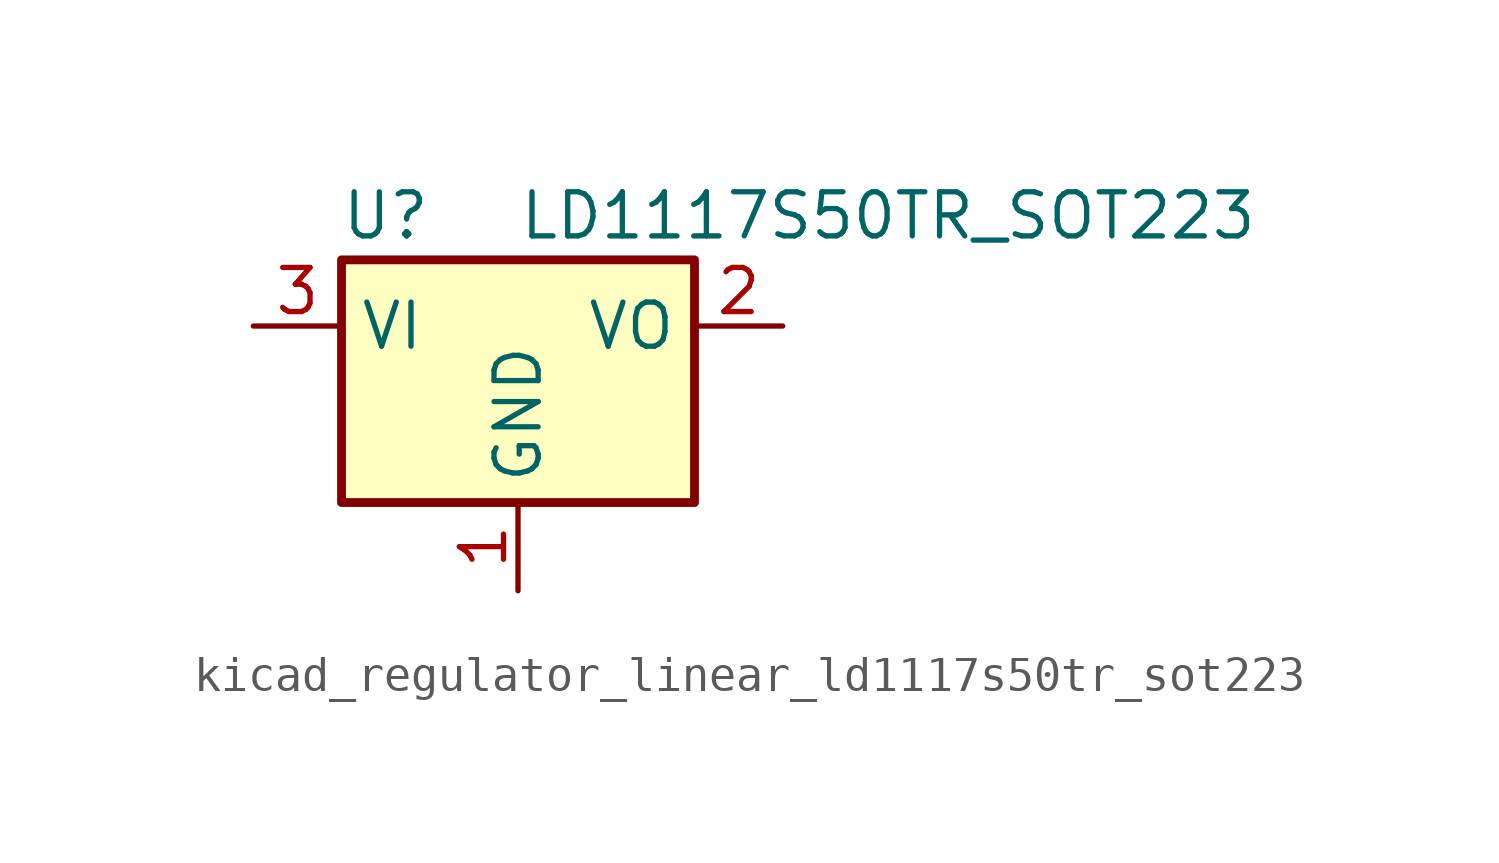
<source format=kicad_sym>
(kicad_symbol_lib
  (version 20220914)
  (generator kicad_symbol_editor)
  (symbol "kicad_regulator_linear_ld1117s50tr_sot223"
    (property "Reference" "U"
      (at -3.81 3.175 0)
      (effects (font (size 1.27 1.27))))
    (property "Value" "LD1117S50TR_SOT223"
      (at 0 3.175 0)
      (effects (font (size 1.27 1.27)) (justify left)))
    (symbol "kicad_regulator_linear_ld1117s50tr_sot223_0_1"
      (rectangle (start -5.08 -5.08) (end 5.08 1.905) (stroke (width 0.254) (type default)) (fill (type background))))
    (symbol "kicad_regulator_linear_ld1117s50tr_sot223_1_1"
      (pin power_in line (at 0 -7.62 90) (length 2.54) (name "GND" (effects (font (size 1.27 1.27)))) (number "1" (effects (font (size 1.27 1.27)))))
      (pin power_out line (at 7.62 0 180) (length 2.54) (name "VO" (effects (font (size 1.27 1.27)))) (number "2" (effects (font (size 1.27 1.27)))))
      (pin power_in line (at -7.62 0 0) (length 2.54) (name "VI" (effects (font (size 1.27 1.27)))) (number "3" (effects (font (size 1.27 1.27))))))))
</source>
